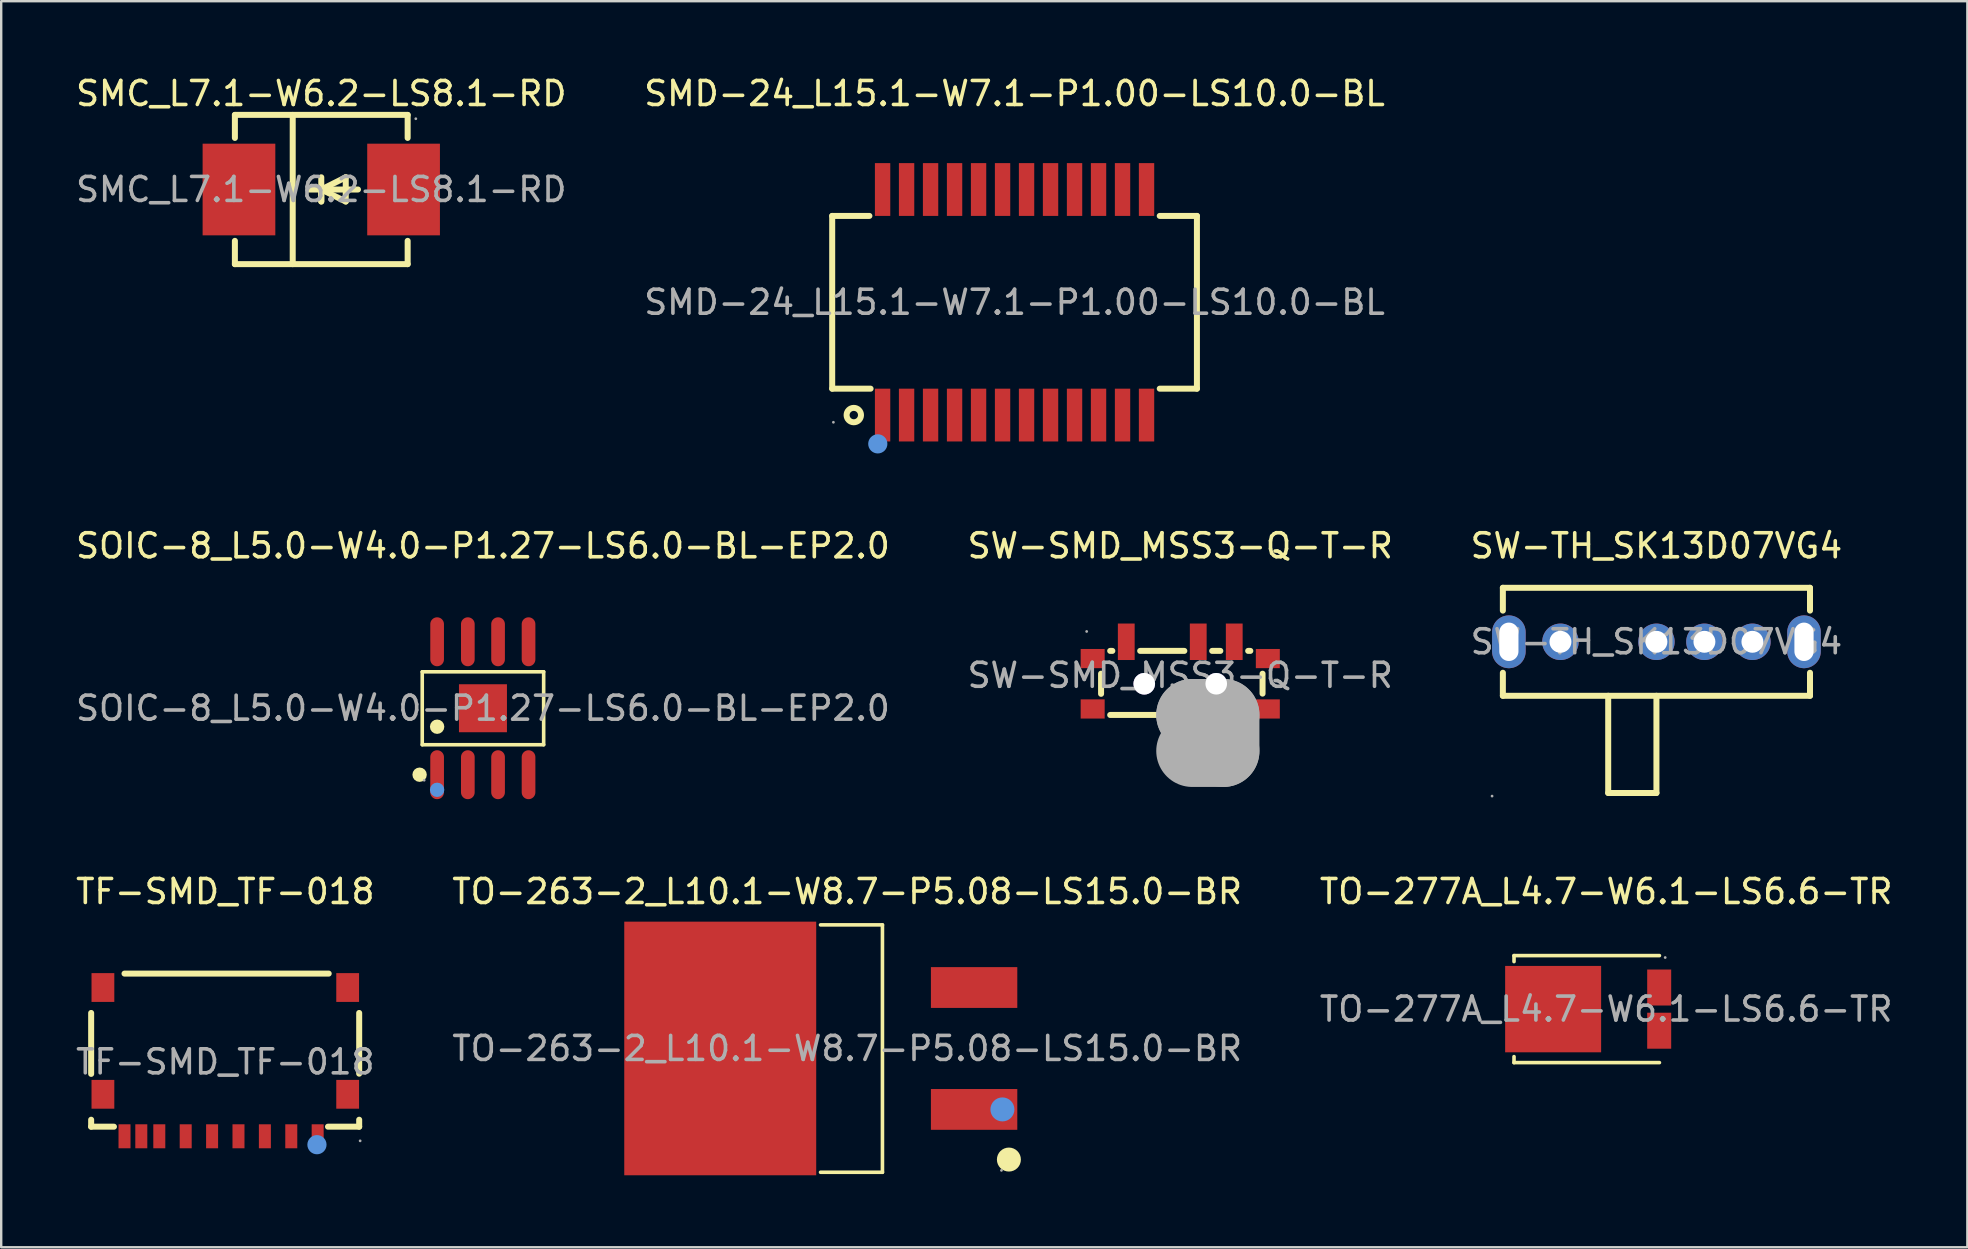
<source format=kicad_pcb>
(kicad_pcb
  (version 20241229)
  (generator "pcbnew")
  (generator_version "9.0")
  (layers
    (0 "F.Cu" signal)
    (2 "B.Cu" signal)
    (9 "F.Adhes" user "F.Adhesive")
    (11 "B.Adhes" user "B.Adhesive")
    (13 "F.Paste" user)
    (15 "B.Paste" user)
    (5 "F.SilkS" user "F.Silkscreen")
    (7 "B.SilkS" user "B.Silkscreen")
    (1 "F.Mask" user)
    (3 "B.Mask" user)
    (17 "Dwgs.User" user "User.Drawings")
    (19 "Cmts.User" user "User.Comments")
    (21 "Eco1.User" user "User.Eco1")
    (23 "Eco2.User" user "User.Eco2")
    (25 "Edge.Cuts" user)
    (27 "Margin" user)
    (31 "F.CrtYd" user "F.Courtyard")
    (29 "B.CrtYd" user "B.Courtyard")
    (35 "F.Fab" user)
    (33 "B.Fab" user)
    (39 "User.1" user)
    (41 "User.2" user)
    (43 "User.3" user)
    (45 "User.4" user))
  (footprint "SW-SMD_MSS3-Q-T-R"
    (layer "F.Cu")
    (at 46.137 25.096)
    (property "Reference" "SW-SMD_MSS3-Q-T-R" (at 0 -5.4 0) (layer "F.SilkS") (effects (font (size 1 1) (thickness 0.15))))
    (attr smd)
    (fp_line (start -3.3 -0.07) (end -3.3 0.77) (stroke (width 0.25) (type solid)) (layer "F.SilkS"))
    (fp_line (start -2.92 -1.02) (end -2.83 -1.02) (stroke (width 0.25) (type solid)) (layer "F.SilkS"))
    (fp_line (start -1.67 -1.02) (end 0.17 -1.02) (stroke (width 0.25) (type solid)) (layer "F.SilkS"))
    (fp_line (start 1.33 -1.02) (end 1.67 -1.02) (stroke (width 0.25) (type solid)) (layer "F.SilkS"))
    (fp_line (start 2.83 -1.02) (end 2.92 -1.02) (stroke (width 0.25) (type solid)) (layer "F.SilkS"))
    (fp_line (start 2.92 1.65) (end -2.92 1.65) (stroke (width 0.25) (type solid)) (layer "F.SilkS"))
    (fp_line (start 3.43 -0.07) (end 3.43 0.76) (stroke (width 0.25) (type solid)) (layer "F.SilkS"))
    (fp_line (start 0.5 1.65) (end 0.5 1.65) (stroke (width 3) (type solid)) (layer "F.Fab"))
    (fp_line (start 0.5 1.65) (end 1.8 1.65) (stroke (width 3) (type solid)) (layer "F.Fab"))
    (fp_line (start 1.8 1.65) (end 1.8 3.15) (stroke (width 3) (type solid)) (layer "F.Fab"))
    (fp_line (start 1.8 3.15) (end 0.5 3.15) (stroke (width 3) (type solid)) (layer "F.Fab"))
    (fp_circle (center -3.9 -1.83) (end -3.87 -1.83) (stroke (width 0.06) (type solid)) (fill no) (layer "F.Fab"))
    (fp_circle (center -1.5 0.35) (end -1.32 0.35) (stroke (width 0.35) (type solid)) (fill no) (layer "F.Fab"))
    (fp_circle (center 1.5 0.35) (end 1.68 0.35) (stroke (width 0.35) (type solid)) (fill no) (layer "F.Fab"))
    (fp_text user "${REFERENCE}" (at 0 0 0) (layer "F.Fab") (effects (font (size 1 1) (thickness 0.15))))
    (pad "" thru_hole circle (at -1.5 0.35) (size 0.9 0.9) (drill 0.9) (layers "*.Cu" "*.Mask"))
    (pad "" thru_hole circle (at 1.5 0.35) (size 0.9 0.9) (drill 0.9) (layers "*.Cu" "*.Mask"))
    (pad "0" smd rect (at -3.65 -0.7) (size 1 0.8) (layers "F.Cu" "F.Mask" "F.Paste"))
    (pad "0" smd rect (at -3.65 1.4) (size 1 0.8) (layers "F.Cu" "F.Mask" "F.Paste"))
    (pad "0" smd rect (at 3.65 -0.7) (size 1 0.8) (layers "F.Cu" "F.Mask" "F.Paste"))
    (pad "0" smd rect (at 3.65 1.4) (size 1 0.8) (layers "F.Cu" "F.Mask" "F.Paste"))
    (pad "1" smd rect (at -2.25 -1.4) (size 0.7 1.52) (layers "F.Cu" "F.Mask" "F.Paste"))
    (pad "2" smd rect (at 0.75 -1.4) (size 0.7 1.52) (layers "F.Cu" "F.Mask" "F.Paste"))
    (pad "3" smd rect (at 2.25 -1.4) (size 0.7 1.52) (layers "F.Cu" "F.Mask" "F.Paste")))
  (footprint "SMD-24_L15.1-W7.1-P1.00-LS10.0-BL"
    (layer "F.Cu")
    (at 39.232 9.548)
    (property "Reference" "SMD-24_L15.1-W7.1-P1.00-LS10.0-BL" (at 0 -8.7 0) (layer "F.SilkS") (effects (font (size 1 1) (thickness 0.15))))
    (attr smd)
    (fp_line (start -7.6 3.6) (end -7.6 -3.6) (stroke (width 0.25) (type solid)) (layer "F.SilkS"))
    (fp_line (start -6.05 -3.6) (end -7.6 -3.6) (stroke (width 0.25) (type solid)) (layer "F.SilkS"))
    (fp_line (start -6 3.6) (end -7.6 3.6) (stroke (width 0.25) (type solid)) (layer "F.SilkS"))
    (fp_line (start 7.6 -3.6) (end 6.05 -3.6) (stroke (width 0.25) (type solid)) (layer "F.SilkS"))
    (fp_line (start 7.6 -3.6) (end 7.6 3.6) (stroke (width 0.25) (type solid)) (layer "F.SilkS"))
    (fp_line (start 7.6 3.6) (end 6.05 3.6) (stroke (width 0.25) (type solid)) (layer "F.SilkS"))
    (fp_circle (center -6.7 4.7) (end -6.4 4.7) (stroke (width 0.25) (type solid)) (fill no) (layer "F.SilkS"))
    (fp_circle (center -5.7 5.9) (end -5.5 5.9) (stroke (width 0.4) (type solid)) (fill no) (layer "Cmts.User"))
    (fp_circle (center -7.55 5) (end -7.52 5) (stroke (width 0.06) (type solid)) (fill no) (layer "F.Fab"))
    (fp_text user "${REFERENCE}" (at 0 0 0) (layer "F.Fab") (effects (font (size 1 1) (thickness 0.15))))
    (pad "1" smd rect (at -5.5 4.7) (size 0.64 2.2) (layers "F.Cu" "F.Mask" "F.Paste"))
    (pad "2" smd rect (at -4.5 4.7) (size 0.64 2.2) (layers "F.Cu" "F.Mask" "F.Paste"))
    (pad "3" smd rect (at -3.5 4.7) (size 0.64 2.2) (layers "F.Cu" "F.Mask" "F.Paste"))
    (pad "4" smd rect (at -2.5 4.7) (size 0.64 2.2) (layers "F.Cu" "F.Mask" "F.Paste"))
    (pad "5" smd rect (at -1.5 4.7) (size 0.64 2.2) (layers "F.Cu" "F.Mask" "F.Paste"))
    (pad "6" smd rect (at -0.5 4.7) (size 0.64 2.2) (layers "F.Cu" "F.Mask" "F.Paste"))
    (pad "7" smd rect (at 0.5 4.7) (size 0.64 2.2) (layers "F.Cu" "F.Mask" "F.Paste"))
    (pad "8" smd rect (at 1.5 4.7) (size 0.64 2.2) (layers "F.Cu" "F.Mask" "F.Paste"))
    (pad "9" smd rect (at 2.5 4.7) (size 0.64 2.2) (layers "F.Cu" "F.Mask" "F.Paste"))
    (pad "10" smd rect (at 3.5 4.7) (size 0.64 2.2) (layers "F.Cu" "F.Mask" "F.Paste"))
    (pad "11" smd rect (at 4.5 4.7) (size 0.64 2.2) (layers "F.Cu" "F.Mask" "F.Paste"))
    (pad "12" smd rect (at 5.5 4.7) (size 0.64 2.2) (layers "F.Cu" "F.Mask" "F.Paste"))
    (pad "13" smd rect (at 5.5 -4.7) (size 0.64 2.2) (layers "F.Cu" "F.Mask" "F.Paste"))
    (pad "14" smd rect (at 4.5 -4.7) (size 0.64 2.2) (layers "F.Cu" "F.Mask" "F.Paste"))
    (pad "15" smd rect (at 3.5 -4.7) (size 0.64 2.2) (layers "F.Cu" "F.Mask" "F.Paste"))
    (pad "16" smd rect (at 2.5 -4.7) (size 0.64 2.2) (layers "F.Cu" "F.Mask" "F.Paste"))
    (pad "17" smd rect (at 1.5 -4.7) (size 0.64 2.2) (layers "F.Cu" "F.Mask" "F.Paste"))
    (pad "18" smd rect (at 0.5 -4.7) (size 0.64 2.2) (layers "F.Cu" "F.Mask" "F.Paste"))
    (pad "19" smd rect (at -0.5 -4.7) (size 0.64 2.2) (layers "F.Cu" "F.Mask" "F.Paste"))
    (pad "20" smd rect (at -1.5 -4.7) (size 0.64 2.2) (layers "F.Cu" "F.Mask" "F.Paste"))
    (pad "21" smd rect (at -2.5 -4.7) (size 0.64 2.2) (layers "F.Cu" "F.Mask" "F.Paste"))
    (pad "22" smd rect (at -3.5 -4.7) (size 0.64 2.2) (layers "F.Cu" "F.Mask" "F.Paste"))
    (pad "23" smd rect (at -4.5 -4.7) (size 0.64 2.2) (layers "F.Cu" "F.Mask" "F.Paste"))
    (pad "24" smd rect (at -5.5 -4.7) (size 0.64 2.2) (layers "F.Cu" "F.Mask" "F.Paste")))
  (footprint "SOIC-8_L5.0-W4.0-P1.27-LS6.0-BL-EP2.0"
    (layer "F.Cu")
    (at 17.077 26.466)
    (property "Reference" "SOIC-8_L5.0-W4.0-P1.27-LS6.0-BL-EP2.0" (at 0 -6.77 0) (layer "F.SilkS") (effects (font (size 1 1) (thickness 0.15))))
    (attr smd)
    (fp_line (start -2.53 -1.52) (end 2.53 -1.52) (stroke (width 0.15) (type solid)) (layer "F.SilkS"))
    (fp_line (start -2.53 1.52) (end -2.53 -1.52) (stroke (width 0.15) (type solid)) (layer "F.SilkS"))
    (fp_line (start 2.53 -1.52) (end 2.53 1.52) (stroke (width 0.15) (type solid)) (layer "F.SilkS"))
    (fp_line (start 2.53 1.52) (end -2.53 1.52) (stroke (width 0.15) (type solid)) (layer "F.SilkS"))
    (fp_circle (center -2.64 2.77) (end -2.49 2.77) (stroke (width 0.3) (type solid)) (fill no) (layer "F.SilkS"))
    (fp_circle (center -1.91 0.77) (end -1.76 0.77) (stroke (width 0.3) (type solid)) (fill no) (layer "F.SilkS"))
    (fp_circle (center -1.91 3.4) (end -1.76 3.4) (stroke (width 0.3) (type solid)) (fill no) (layer "Cmts.User"))
    (fp_circle (center -2.45 3) (end -2.42 3) (stroke (width 0.06) (type solid)) (fill no) (layer "F.Fab"))
    (fp_text user "${REFERENCE}" (at 0 0 0) (layer "F.Fab") (effects (font (size 1 1) (thickness 0.15))))
    (pad "1" smd oval (at -1.91 2.77) (size 0.57 2.04) (layers "F.Cu" "F.Mask" "F.Paste"))
    (pad "2" smd oval (at -0.63 2.77) (size 0.57 2.04) (layers "F.Cu" "F.Mask" "F.Paste"))
    (pad "3" smd oval (at 0.63 2.77) (size 0.57 2.04) (layers "F.Cu" "F.Mask" "F.Paste"))
    (pad "4" smd oval (at 1.9 2.77) (size 0.57 2.04) (layers "F.Cu" "F.Mask" "F.Paste"))
    (pad "5" smd oval (at 1.9 -2.77) (size 0.57 2.04) (layers "F.Cu" "F.Mask" "F.Paste"))
    (pad "6" smd oval (at 0.63 -2.77) (size 0.57 2.04) (layers "F.Cu" "F.Mask" "F.Paste"))
    (pad "7" smd oval (at -0.63 -2.77) (size 0.57 2.04) (layers "F.Cu" "F.Mask" "F.Paste"))
    (pad "8" smd oval (at -1.91 -2.77) (size 0.57 2.04) (layers "F.Cu" "F.Mask" "F.Paste"))
    (pad "9" smd rect (at 0 0) (size 2 2) (layers "F.Cu" "F.Mask" "F.Paste")))
  (footprint "TO-277A_L4.7-W6.1-LS6.6-TR"
    (layer "F.Cu")
    (at 63.887 39.005)
    (property "Reference" "TO-277A_L4.7-W6.1-LS6.6-TR" (at 0 -4.9 0) (layer "F.SilkS") (effects (font (size 1 1) (thickness 0.15))))
    (attr smd)
    (fp_line (start -3.84 -2.23) (end -3.84 -1.98) (stroke (width 0.15) (type solid)) (layer "F.SilkS"))
    (fp_line (start -3.84 1.98) (end -3.84 2.23) (stroke (width 0.15) (type solid)) (layer "F.SilkS"))
    (fp_line (start 2.22 -2.23) (end -3.84 -2.23) (stroke (width 0.15) (type solid)) (layer "F.SilkS"))
    (fp_line (start 2.22 2.23) (end -3.84 2.23) (stroke (width 0.15) (type solid)) (layer "F.SilkS"))
    (fp_circle (center 2.46 -2.15) (end 2.49 -2.15) (stroke (width 0.06) (type solid)) (fill no) (layer "F.Fab"))
    (fp_text user "${REFERENCE}" (at 0 0 0) (layer "F.Fab") (effects (font (size 1 1) (thickness 0.15))))
    (pad "1" smd rect (at 2.21 -0.9) (size 1 1.5) (layers "F.Cu" "F.Mask" "F.Paste"))
    (pad "2" smd rect (at 2.21 0.9) (size 1 1.5) (layers "F.Cu" "F.Mask" "F.Paste"))
    (pad "3" smd rect (at -2.21 0) (size 4 3.6) (layers "F.Cu" "F.Mask" "F.Paste")))
  (footprint "SW-TH_SK13D07VG4"
    (layer "F.Cu")
    (at 65.982 23.697)
    (property "Reference" "SW-TH_SK13D07VG4" (at 0 -4 0) (layer "F.SilkS") (effects (font (size 1 1) (thickness 0.15))))
    (attr through_hole)
    (fp_line (start -6.4 -2.25) (end -6.4 -1.3) (stroke (width 0.25) (type solid)) (layer "F.SilkS"))
    (fp_line (start -6.4 -2.25) (end 6.4 -2.25) (stroke (width 0.25) (type solid)) (layer "F.SilkS"))
    (fp_line (start -6.4 1.29) (end -6.4 2.25) (stroke (width 0.25) (type solid)) (layer "F.SilkS"))
    (fp_line (start -2.01 2.25) (end -2.01 6.3) (stroke (width 0.25) (type solid)) (layer "F.SilkS"))
    (fp_line (start -2.01 6.3) (end 0 6.3) (stroke (width 0.25) (type solid)) (layer "F.SilkS"))
    (fp_line (start 0 6.3) (end 0 2.25) (stroke (width 0.25) (type solid)) (layer "F.SilkS"))
    (fp_line (start 6.4 -2.25) (end 6.4 -1.3) (stroke (width 0.25) (type solid)) (layer "F.SilkS"))
    (fp_line (start 6.4 1.29) (end 6.4 2.25) (stroke (width 0.25) (type solid)) (layer "F.SilkS"))
    (fp_line (start 6.4 2.25) (end -6.4 2.25) (stroke (width 0.25) (type solid)) (layer "F.SilkS"))
    (fp_circle (center -6.85 6.43) (end -6.82 6.43) (stroke (width 0.06) (type solid)) (fill no) (layer "F.Fab"))
    (fp_circle (center -4 0) (end -3.82 0) (stroke (width 0.36) (type solid)) (fill no) (layer "F.Fab"))
    (fp_circle (center 0 0) (end 0.18 0) (stroke (width 0.36) (type solid)) (fill no) (layer "F.Fab"))
    (fp_circle (center 2 0) (end 2.18 0) (stroke (width 0.36) (type solid)) (fill no) (layer "F.Fab"))
    (fp_circle (center 4 0) (end 4.18 0) (stroke (width 0.36) (type solid)) (fill no) (layer "F.Fab"))
    (fp_text user "${REFERENCE}" (at 0 0 0) (layer "F.Fab") (effects (font (size 1 1) (thickness 0.15))))
    (pad "1" thru_hole circle (at -4 0) (size 1.52 1.52) (drill 0.914) (layers "*.Cu" "*.Mask"))
    (pad "3" thru_hole circle (at 0 0) (size 1.52 1.52) (drill 0.914) (layers "*.Cu" "*.Mask"))
    (pad "4" thru_hole circle (at 2 0) (size 1.52 1.52) (drill 0.914) (layers "*.Cu" "*.Mask"))
    (pad "5" thru_hole circle (at 4 0) (size 1.52 1.52) (drill 0.914) (layers "*.Cu" "*.Mask"))
    (pad "6" thru_hole oval (at 6.15 0) (size 1.4 2.2) (drill oval 0.8 1.6) (layers "*.Cu" "*.Mask"))
    (pad "7" thru_hole oval (at -6.15 0) (size 1.4 2.2) (drill oval 0.8 1.6) (layers "*.Cu" "*.Mask")))
  (footprint "TF-SMD_TF-018"
    (layer "F.Cu")
    (at 6.339 41.205)
    (property "Reference" "TF-SMD_TF-018" (at 0 -7.1 0) (layer "F.SilkS") (effects (font (size 1 1) (thickness 0.15))))
    (attr smd)
    (fp_line (start -5.59 -2.04) (end -5.59 0.5) (stroke (width 0.25) (type solid)) (layer "F.SilkS"))
    (fp_line (start -5.59 2.41) (end -5.59 2.7) (stroke (width 0.25) (type solid)) (layer "F.SilkS"))
    (fp_line (start -5.59 2.7) (end -4.64 2.7) (stroke (width 0.25) (type solid)) (layer "F.SilkS"))
    (fp_line (start -4.2 -3.68) (end 4.31 -3.68) (stroke (width 0.25) (type solid)) (layer "F.SilkS"))
    (fp_line (start 4.28 2.7) (end 5.58 2.7) (stroke (width 0.25) (type solid)) (layer "F.SilkS"))
    (fp_line (start 5.58 0.49) (end 5.58 -2.04) (stroke (width 0.25) (type solid)) (layer "F.SilkS"))
    (fp_line (start 5.58 2.7) (end 5.58 2.41) (stroke (width 0.25) (type solid)) (layer "F.SilkS"))
    (fp_circle (center 3.82 3.45) (end 4.02 3.45) (stroke (width 0.4) (type solid)) (fill no) (layer "Cmts.User"))
    (fp_circle (center 5.62 3.29) (end 5.65 3.29) (stroke (width 0.06) (type solid)) (fill no) (layer "F.Fab"))
    (fp_text user "${REFERENCE}" (at 0 0 0) (layer "F.Fab") (effects (font (size 1 1) (thickness 0.15))))
    (pad "1" smd rect (at 3.85 3.1) (size 0.5 1) (layers "F.Cu" "F.Mask" "F.Paste"))
    (pad "2" smd rect (at 2.75 3.1) (size 0.5 1) (layers "F.Cu" "F.Mask" "F.Paste"))
    (pad "3" smd rect (at 1.65 3.1) (size 0.5 1) (layers "F.Cu" "F.Mask" "F.Paste"))
    (pad "4" smd rect (at 0.55 3.1) (size 0.5 1) (layers "F.Cu" "F.Mask" "F.Paste"))
    (pad "5" smd rect (at -0.55 3.1) (size 0.5 1) (layers "F.Cu" "F.Mask" "F.Paste"))
    (pad "6" smd rect (at -1.65 3.1) (size 0.5 1) (layers "F.Cu" "F.Mask" "F.Paste"))
    (pad "7" smd rect (at -2.75 3.1) (size 0.5 1) (layers "F.Cu" "F.Mask" "F.Paste"))
    (pad "8" smd rect (at -3.5 3.1) (size 0.5 1) (layers "F.Cu" "F.Mask" "F.Paste"))
    (pad "9" smd rect (at -4.2 3.1) (size 0.5 1) (layers "F.Cu" "F.Mask" "F.Paste"))
    (pad "10" smd rect (at -5.1 -3.1) (size 0.95 1.2) (layers "F.Cu" "F.Mask" "F.Paste"))
    (pad "10" smd rect (at -5.1 1.35) (size 0.95 1.2) (layers "F.Cu" "F.Mask" "F.Paste"))
    (pad "10" smd rect (at 5.1 -3.1) (size 0.95 1.2) (layers "F.Cu" "F.Mask" "F.Paste"))
    (pad "10" smd rect (at 5.1 1.35) (size 0.95 1.2) (layers "F.Cu" "F.Mask" "F.Paste")))
  (footprint "TO-263-2_L10.1-W8.7-P5.08-LS15.0-BR"
    (layer "F.Cu")
    (at 32.256 40.645)
    (property "Reference" "TO-263-2_L10.1-W8.7-P5.08-LS15.0-BR" (at 0 -6.54 0) (layer "F.SilkS") (effects (font (size 1 1) (thickness 0.15))))
    (attr smd)
    (fp_line (start 1.47 -5.15) (end -1.11 -5.15) (stroke (width 0.15) (type solid)) (layer "F.SilkS"))
    (fp_line (start 1.47 5.16) (end -1.11 5.16) (stroke (width 0.15) (type solid)) (layer "F.SilkS"))
    (fp_line (start 1.47 5.16) (end 1.47 -5.15) (stroke (width 0.15) (type solid)) (layer "F.SilkS"))
    (fp_circle (center 6.74 4.63) (end 6.99 4.63) (stroke (width 0.5) (type solid)) (fill no) (layer "F.SilkS"))
    (fp_circle (center 6.47 2.54) (end 6.72 2.54) (stroke (width 0.5) (type solid)) (fill no) (layer "Cmts.User"))
    (fp_circle (center 6.43 5.08) (end 6.46 5.08) (stroke (width 0.06) (type solid)) (fill no) (layer "F.Fab"))
    (fp_text user "${REFERENCE}" (at 0 0 0) (layer "F.Fab") (effects (font (size 1 1) (thickness 0.15))))
    (pad "1" smd rect (at 5.29 2.54) (size 3.6 1.7) (layers "F.Cu" "F.Mask" "F.Paste"))
    (pad "2" smd rect (at -5.29 0) (size 8 10.57) (layers "F.Cu" "F.Mask" "F.Paste"))
    (pad "3" smd rect (at 5.29 -2.54) (size 3.6 1.7) (layers "F.Cu" "F.Mask" "F.Paste")))
  (footprint "SMC_L7.1-W6.2-LS8.1-RD"
    (layer "F.Cu")
    (at 10.339 4.848)
    (property "Reference" "SMC_L7.1-W6.2-LS8.1-RD" (at 0 -4 0) (layer "F.SilkS") (effects (font (size 1 1) (thickness 0.15))))
    (attr smd)
    (fp_line (start -3.6 -3.11) (end -3.6 -2.15) (stroke (width 0.25) (type solid)) (layer "F.SilkS"))
    (fp_line (start -3.6 -3.11) (end 3.6 -3.11) (stroke (width 0.25) (type solid)) (layer "F.SilkS"))
    (fp_line (start -3.6 2.14) (end -3.6 3.11) (stroke (width 0.25) (type solid)) (layer "F.SilkS"))
    (fp_line (start -3.6 3.11) (end 3.6 3.11) (stroke (width 0.25) (type solid)) (layer "F.SilkS"))
    (fp_line (start -1.19 -3.11) (end -1.19 3.11) (stroke (width 0.25) (type solid)) (layer "F.SilkS"))
    (fp_line (start 0 0) (end 0 0.5) (stroke (width 0.25) (type solid)) (layer "F.SilkS"))
    (fp_line (start 0 0) (end 1.02 0.5) (stroke (width 0.25) (type solid)) (layer "F.SilkS"))
    (fp_line (start 0 0.5) (end 0 -0.51) (stroke (width 0.25) (type solid)) (layer "F.SilkS"))
    (fp_line (start 1.02 -0.51) (end 0 0) (stroke (width 0.25) (type solid)) (layer "F.SilkS"))
    (fp_line (start 1.02 0.5) (end 1.02 -0.51) (stroke (width 0.25) (type solid)) (layer "F.SilkS"))
    (fp_line (start 1.53 0) (end -0.51 0) (stroke (width 0.25) (type solid)) (layer "F.SilkS"))
    (fp_line (start 3.6 -3.11) (end 3.6 -2.15) (stroke (width 0.25) (type solid)) (layer "F.SilkS"))
    (fp_line (start 3.6 2.14) (end 3.6 3.11) (stroke (width 0.25) (type solid)) (layer "F.SilkS"))
    (fp_circle (center 3.94 -2.95) (end 3.97 -2.95) (stroke (width 0.06) (type solid)) (fill no) (layer "F.Fab"))
    (fp_text user "${REFERENCE}" (at 0 0 0) (layer "F.Fab") (effects (font (size 1 1) (thickness 0.15))))
    (pad "1" smd rect (at -3.43 0 180) (size 3.03 3.82) (layers "F.Cu" "F.Mask" "F.Paste"))
    (pad "2" smd rect (at 3.43 0 180) (size 3.03 3.82) (layers "F.Cu" "F.Mask" "F.Paste")))
  (gr_rect
    (start -3 -3)
    (end 78.94 48.93)
    (stroke (width 0.1) (type default))
    (fill no)
    (layer "Edge.Cuts")))
</source>
